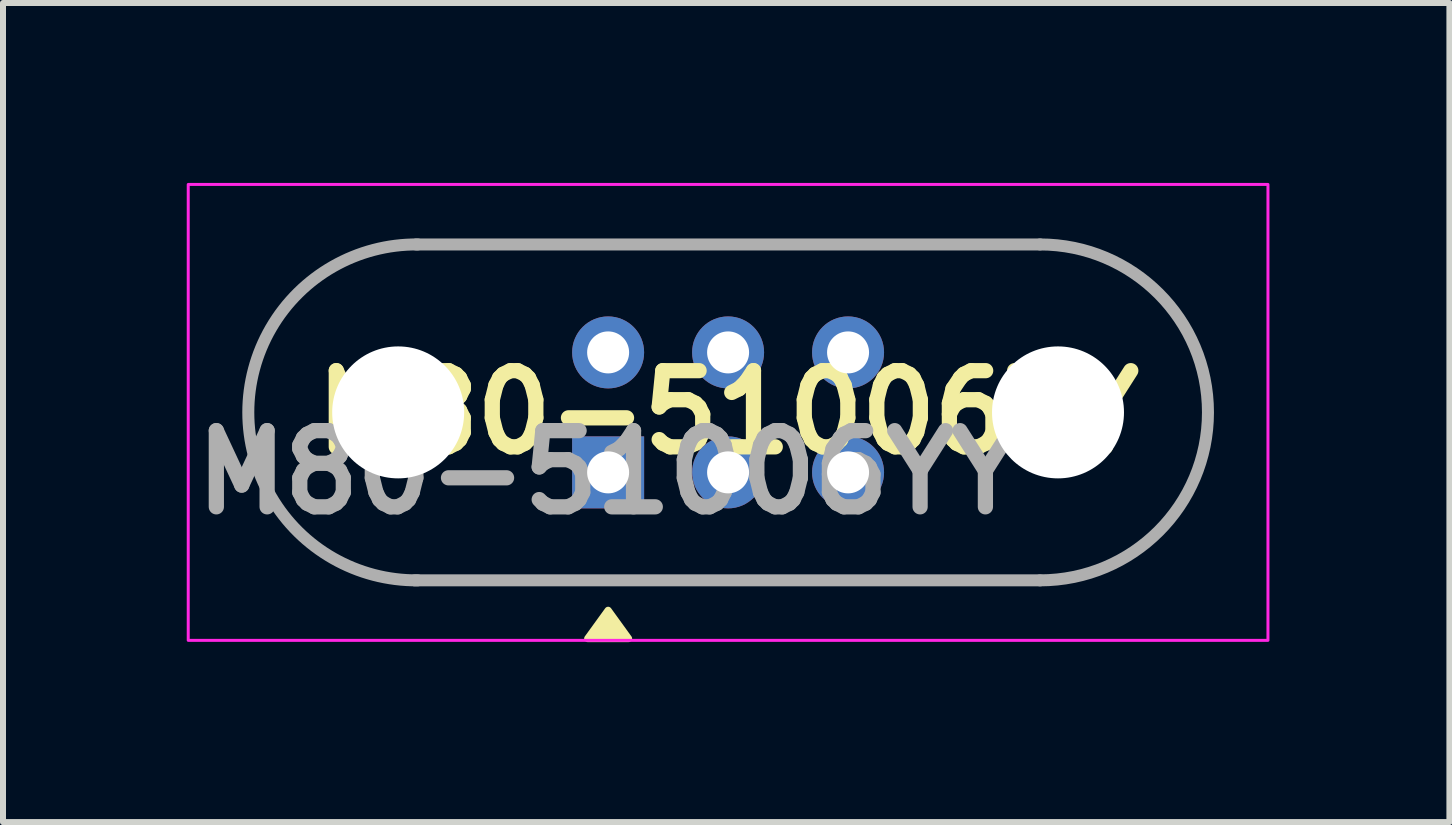
<source format=kicad_pcb>
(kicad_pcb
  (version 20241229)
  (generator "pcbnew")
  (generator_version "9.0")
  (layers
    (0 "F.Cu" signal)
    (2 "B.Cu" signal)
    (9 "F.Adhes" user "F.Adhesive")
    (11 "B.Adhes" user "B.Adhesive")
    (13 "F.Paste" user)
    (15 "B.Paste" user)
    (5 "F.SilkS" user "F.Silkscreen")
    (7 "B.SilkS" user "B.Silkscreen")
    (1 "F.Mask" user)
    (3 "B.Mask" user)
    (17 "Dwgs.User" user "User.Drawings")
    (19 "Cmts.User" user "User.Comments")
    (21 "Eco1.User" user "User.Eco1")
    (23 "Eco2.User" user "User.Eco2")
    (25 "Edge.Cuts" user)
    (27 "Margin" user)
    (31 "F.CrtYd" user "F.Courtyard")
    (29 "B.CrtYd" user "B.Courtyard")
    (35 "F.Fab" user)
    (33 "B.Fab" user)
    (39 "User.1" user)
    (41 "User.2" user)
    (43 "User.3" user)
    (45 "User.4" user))
  (footprint "M80-51006YY"
    (layer "F.Cu")
    (at 9.088 3.825)
    (property "Reference" "M80-51006YY" (at 0 0 0) (layer "F.SilkS") (effects (font (size 1.27 1.27) (thickness 0.254))))
    (attr through_hole)
    (fp_line (start -5.2 -2.8) (end 5.2 -2.8) (stroke (width 0.1) (type solid)) (layer "F.SilkS"))
    (fp_line (start 5.2 2.8) (end -5.2 2.8) (stroke (width 0.1) (type solid)) (layer "F.SilkS"))
    (fp_arc (start -5.2 2.8) (mid -8 0) (end -5.2 -2.8) (stroke (width 0.1) (type solid)) (layer "F.SilkS"))
    (fp_arc (start 5.2 -2.8) (mid 8 0) (end 5.2 2.8) (stroke (width 0.1) (type solid)) (layer "F.SilkS"))
    (fp_poly (pts (xy -2 3.3) (xy -1.66 3.77) (xy -2.34 3.77) (xy -2 3.3)) (stroke (width 0.12) (type solid)) (fill yes) (layer "F.SilkS"))
    (fp_rect (start -9 -3.8) (end 9 3.8) (stroke (width 0.05) (type default)) (fill no) (layer "F.CrtYd"))
    (fp_line (start -5.2 -2.8) (end 5.2 -2.8) (stroke (width 0.2) (type solid)) (layer "F.Fab"))
    (fp_line (start 5.2 2.8) (end -5.225 2.8) (stroke (width 0.2) (type solid)) (layer "F.Fab"))
    (fp_arc (start -5.175001 2.799888) (mid -8 0) (end -5.175001 -2.799888) (stroke (width 0.2) (type solid)) (layer "F.Fab"))
    (fp_arc (start 5.2 -2.8) (mid 8 0) (end 5.2 2.8) (stroke (width 0.2) (type solid)) (layer "F.Fab"))
    (fp_text user "${REFERENCE}" (at -2 1 0) (layer "F.Fab") (effects (font (size 1.27 1.27) (thickness 0.254))))
    (pad "" np_thru_hole circle (at -5.5 0) (size 2.2 2.2) (drill 2.2) (layers "*.Cu" "*.Mask"))
    (pad "" np_thru_hole circle (at 5.5 0) (size 2.2 2.2) (drill 2.2) (layers "*.Cu" "*.Mask"))
    (pad "1" thru_hole rect (at -2 1) (size 1.2 1.2) (drill 0.7) (layers "*.Cu" "*.Mask"))
    (pad "2" thru_hole circle (at 0 1) (size 1.2 1.2) (drill 0.7) (layers "*.Cu" "*.Mask"))
    (pad "3" thru_hole circle (at 2 1) (size 1.2 1.2) (drill 0.7) (layers "*.Cu" "*.Mask"))
    (pad "4" thru_hole circle (at -2 -1) (size 1.2 1.2) (drill 0.7) (layers "*.Cu" "*.Mask"))
    (pad "5" thru_hole circle (at 0 -1) (size 1.2 1.2) (drill 0.7) (layers "*.Cu" "*.Mask"))
    (pad "6" thru_hole circle (at 2 -1) (size 1.2 1.2) (drill 0.7) (layers "*.Cu" "*.Mask")))
  (gr_rect
    (start -3 -3)
    (end 21.113 10.655)
    (stroke (width 0.1) (type default))
    (fill no)
    (layer "Edge.Cuts")))
</source>
